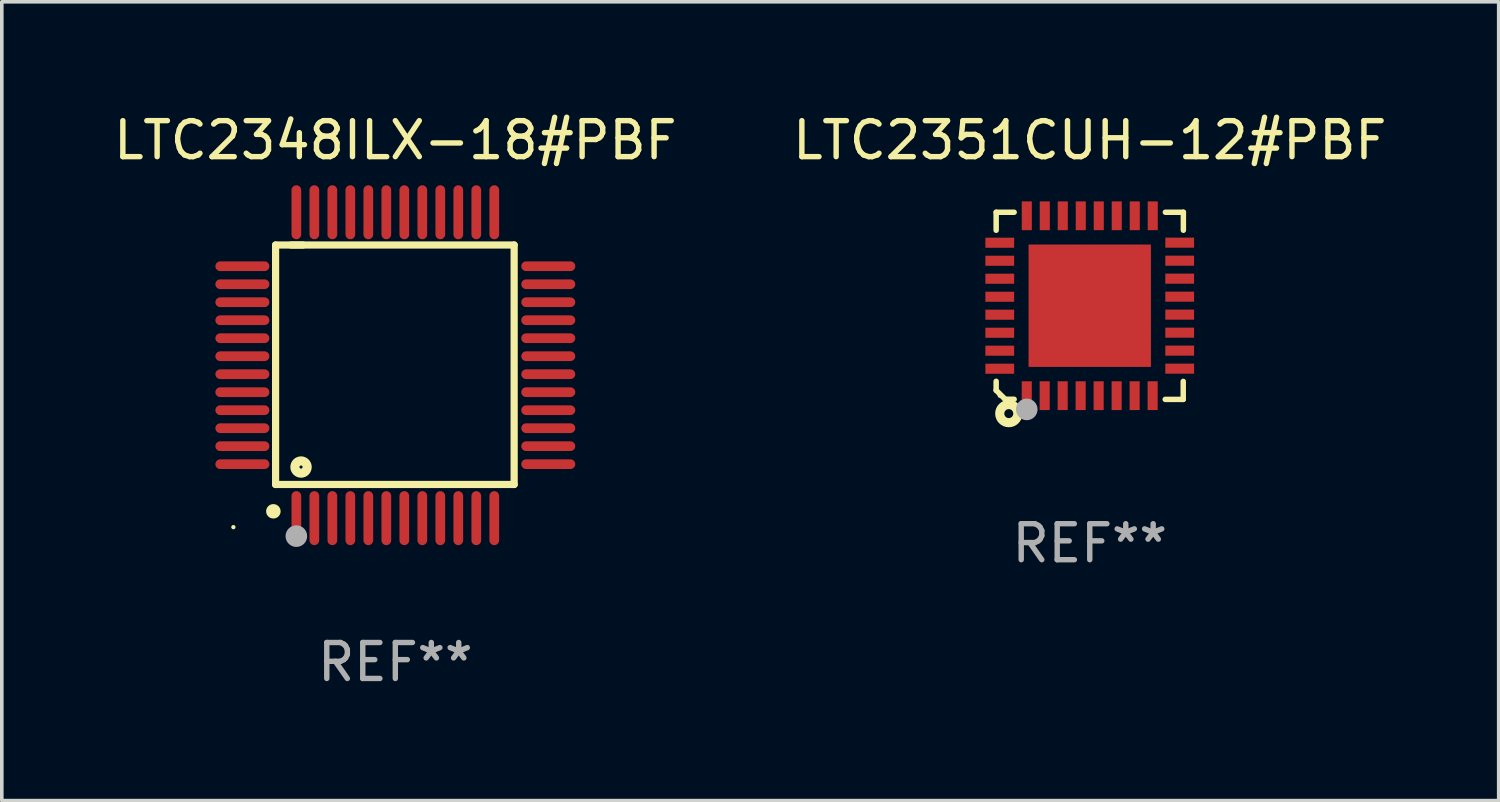
<source format=kicad_pcb>
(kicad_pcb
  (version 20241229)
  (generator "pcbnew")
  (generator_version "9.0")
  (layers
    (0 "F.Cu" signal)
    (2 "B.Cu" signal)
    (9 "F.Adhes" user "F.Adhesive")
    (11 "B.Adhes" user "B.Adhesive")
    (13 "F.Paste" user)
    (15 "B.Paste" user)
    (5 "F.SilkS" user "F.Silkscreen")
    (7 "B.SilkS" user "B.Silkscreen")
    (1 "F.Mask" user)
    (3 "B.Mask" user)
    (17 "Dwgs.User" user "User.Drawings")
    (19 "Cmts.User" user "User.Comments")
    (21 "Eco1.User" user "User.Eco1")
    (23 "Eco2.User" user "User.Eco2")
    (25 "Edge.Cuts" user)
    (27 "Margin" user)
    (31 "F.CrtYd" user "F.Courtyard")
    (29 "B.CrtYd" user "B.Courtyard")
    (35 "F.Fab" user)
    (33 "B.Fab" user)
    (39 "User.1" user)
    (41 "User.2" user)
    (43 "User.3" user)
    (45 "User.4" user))
  (footprint "LTC2351CUH-12#PBF"
    (layer "F.Cu")
    (at 27.232 5.448)
    (property "Reference" "LTC2351CUH-12#PBF" (at 0 -4.6 0) (layer "F.SilkS") (effects (font (size 1 1) (thickness 0.15))))
    (attr through_hole)
    (fp_line (start -2.601 2.097) (end -2.601 2.347) (stroke (width 0.152) (type solid)) (layer "F.SilkS"))
    (fp_line (start -2.601 2.347) (end -2.351 2.597) (stroke (width 0.152) (type solid)) (layer "F.SilkS"))
    (fp_line (start -2.601 -2.6) (end -2.601 -2.1) (stroke (width 0.152) (type solid)) (layer "F.SilkS"))
    (fp_line (start -2.601 -2.6) (end -2.101 -2.6) (stroke (width 0.152) (type solid)) (layer "F.SilkS"))
    (fp_line (start -2.351 2.597) (end -2.101 2.597) (stroke (width 0.152) (type solid)) (layer "F.SilkS"))
    (fp_line (start 2.597 2.6) (end 2.097 2.6) (stroke (width 0.152) (type solid)) (layer "F.SilkS"))
    (fp_line (start 2.597 2.6) (end 2.597 2.1) (stroke (width 0.152) (type solid)) (layer "F.SilkS"))
    (fp_line (start 2.601 -2.6) (end 2.101 -2.6) (stroke (width 0.152) (type solid)) (layer "F.SilkS"))
    (fp_line (start 2.601 -2.6) (end 2.601 -2.1) (stroke (width 0.152) (type solid)) (layer "F.SilkS"))
    (fp_circle (center -2.501 2.497) (end -2.471 2.497) (stroke (width 0.06) (type solid)) (fill no) (layer "F.SilkS"))
    (fp_circle (center -2.25 2.995) (end -2.125 2.995) (stroke (width 0.254) (type solid)) (fill no) (layer "F.SilkS"))
    (fp_circle (center -1.751 2.878) (end -1.601 2.878) (stroke (width 0.3) (type solid)) (fill no) (layer "F.Fab"))
    (fp_text user "REF**" (at 0 6.6 0) (layer "F.Fab") (effects (font (size 1 1) (thickness 0.15))))
    (pad "1" smd rect (at -1.751 2.497) (size 0.28 0.8) (layers "F.Cu" "F.Mask" "F.Paste"))
    (pad "2" smd rect (at -1.253 2.497) (size 0.28 0.8) (layers "F.Cu" "F.Mask" "F.Paste"))
    (pad "3" smd rect (at -0.753 2.497) (size 0.28 0.8) (layers "F.Cu" "F.Mask" "F.Paste"))
    (pad "4" smd rect (at -0.253 2.497) (size 0.28 0.8) (layers "F.Cu" "F.Mask" "F.Paste"))
    (pad "5" smd rect (at 0.247 2.497) (size 0.28 0.8) (layers "F.Cu" "F.Mask" "F.Paste"))
    (pad "6" smd rect (at 0.747 2.497) (size 0.28 0.8) (layers "F.Cu" "F.Mask" "F.Paste"))
    (pad "7" smd rect (at 1.247 2.497) (size 0.28 0.8) (layers "F.Cu" "F.Mask" "F.Paste"))
    (pad "8" smd rect (at 1.747 2.497) (size 0.28 0.8) (layers "F.Cu" "F.Mask" "F.Paste"))
    (pad "9" smd rect (at 2.499 1.746) (size 0.8 0.28) (layers "F.Cu" "F.Mask" "F.Paste"))
    (pad "10" smd rect (at 2.499 1.245) (size 0.8 0.28) (layers "F.Cu" "F.Mask" "F.Paste"))
    (pad "11" smd rect (at 2.499 0.746) (size 0.8 0.28) (layers "F.Cu" "F.Mask" "F.Paste"))
    (pad "12" smd rect (at 2.499 0.245) (size 0.8 0.28) (layers "F.Cu" "F.Mask" "F.Paste"))
    (pad "13" smd rect (at 2.499 -0.254) (size 0.8 0.28) (layers "F.Cu" "F.Mask" "F.Paste"))
    (pad "14" smd rect (at 2.499 -0.755) (size 0.8 0.28) (layers "F.Cu" "F.Mask" "F.Paste"))
    (pad "15" smd rect (at 2.499 -1.254) (size 0.8 0.28) (layers "F.Cu" "F.Mask" "F.Paste"))
    (pad "16" smd rect (at 2.499 -1.755) (size 0.8 0.28) (layers "F.Cu" "F.Mask" "F.Paste"))
    (pad "17" smd rect (at 1.75 -2.502) (size 0.28 0.8) (layers "F.Cu" "F.Mask" "F.Paste"))
    (pad "18" smd rect (at 1.25 -2.502) (size 0.28 0.8) (layers "F.Cu" "F.Mask" "F.Paste"))
    (pad "19" smd rect (at 0.75 -2.502) (size 0.28 0.8) (layers "F.Cu" "F.Mask" "F.Paste"))
    (pad "20" smd rect (at 0.25 -2.502) (size 0.28 0.8) (layers "F.Cu" "F.Mask" "F.Paste"))
    (pad "21" smd rect (at -0.25 -2.502) (size 0.28 0.8) (layers "F.Cu" "F.Mask" "F.Paste"))
    (pad "22" smd rect (at -0.75 -2.502) (size 0.28 0.8) (layers "F.Cu" "F.Mask" "F.Paste"))
    (pad "23" smd rect (at -1.25 -2.502) (size 0.28 0.8) (layers "F.Cu" "F.Mask" "F.Paste"))
    (pad "24" smd rect (at -1.75 -2.502) (size 0.28 0.8) (layers "F.Cu" "F.Mask" "F.Paste"))
    (pad "25" smd rect (at -2.501 -1.753) (size 0.8 0.28) (layers "F.Cu" "F.Mask" "F.Paste"))
    (pad "26" smd rect (at -2.501 -1.252) (size 0.8 0.28) (layers "F.Cu" "F.Mask" "F.Paste"))
    (pad "27" smd rect (at -2.501 -0.753) (size 0.8 0.28) (layers "F.Cu" "F.Mask" "F.Paste"))
    (pad "28" smd rect (at -2.501 -0.252) (size 0.8 0.28) (layers "F.Cu" "F.Mask" "F.Paste"))
    (pad "29" smd rect (at -2.501 0.247) (size 0.8 0.28) (layers "F.Cu" "F.Mask" "F.Paste"))
    (pad "30" smd rect (at -2.501 0.748) (size 0.8 0.28) (layers "F.Cu" "F.Mask" "F.Paste"))
    (pad "31" smd rect (at -2.501 1.247) (size 0.8 0.28) (layers "F.Cu" "F.Mask" "F.Paste"))
    (pad "32" smd rect (at -2.501 1.748) (size 0.8 0.28) (layers "F.Cu" "F.Mask" "F.Paste"))
    (pad "33" smd rect (at -0.001 -0.003 180) (size 3.4 3.4) (layers "F.Cu" "F.Mask" "F.Paste")))
  (footprint "LTC2348ILX-18#PBF"
    (layer "F.Cu")
    (at 7.935 7.098)
    (property "Reference" "LTC2348ILX-18#PBF" (at 0 -6.25 0) (layer "F.SilkS") (effects (font (size 1 1) (thickness 0.15))))
    (attr through_hole)
    (fp_line (start -3.327 -3.34) (end -2.565 -3.34) (stroke (width 0.2) (type solid)) (layer "F.SilkS"))
    (fp_line (start -3.327 3.315) (end -3.327 -3.34) (stroke (width 0.2) (type solid)) (layer "F.SilkS"))
    (fp_line (start -2.896 -3.34) (end 3.302 -3.34) (stroke (width 0.2) (type solid)) (layer "F.SilkS"))
    (fp_line (start 3.302 -3.34) (end 3.302 3.315) (stroke (width 0.2) (type solid)) (layer "F.SilkS"))
    (fp_line (start 3.302 3.315) (end -3.327 3.315) (stroke (width 0.2) (type solid)) (layer "F.SilkS"))
    (fp_arc (start -3.389992 4.059995) (mid -3.388722 4.059991) (end -3.387452 4.059995) (stroke (width 0.4) (type solid)) (layer "F.SilkS"))
    (fp_circle (center -4.5 4.5) (end -4.47 4.5) (stroke (width 0.06) (type solid)) (fill no) (layer "F.SilkS"))
    (fp_circle (center -2.62 2.83) (end -2.45 2.83) (stroke (width 0.254) (type solid)) (fill no) (layer "F.SilkS"))
    (fp_circle (center -2.75 4.75) (end -2.6 4.75) (stroke (width 0.3) (type solid)) (fill no) (layer "F.Fab"))
    (fp_text user "REF**" (at 0 8.25 0) (layer "F.Fab") (effects (font (size 1 1) (thickness 0.15))))
    (pad "1" smd oval (at -2.75 4.25) (size 0.27 1.5) (layers "F.Cu" "F.Mask" "F.Paste"))
    (pad "2" smd oval (at -2.25 4.25) (size 0.27 1.5) (layers "F.Cu" "F.Mask" "F.Paste"))
    (pad "3" smd oval (at -1.75 4.25) (size 0.27 1.5) (layers "F.Cu" "F.Mask" "F.Paste"))
    (pad "4" smd oval (at -1.25 4.25) (size 0.27 1.5) (layers "F.Cu" "F.Mask" "F.Paste"))
    (pad "5" smd oval (at -0.75 4.25) (size 0.27 1.5) (layers "F.Cu" "F.Mask" "F.Paste"))
    (pad "6" smd oval (at -0.25 4.25) (size 0.27 1.5) (layers "F.Cu" "F.Mask" "F.Paste"))
    (pad "7" smd oval (at 0.25 4.25) (size 0.27 1.5) (layers "F.Cu" "F.Mask" "F.Paste"))
    (pad "8" smd oval (at 0.75 4.25) (size 0.27 1.5) (layers "F.Cu" "F.Mask" "F.Paste"))
    (pad "9" smd oval (at 1.25 4.25) (size 0.27 1.5) (layers "F.Cu" "F.Mask" "F.Paste"))
    (pad "10" smd oval (at 1.75 4.25) (size 0.27 1.5) (layers "F.Cu" "F.Mask" "F.Paste"))
    (pad "11" smd oval (at 2.25 4.25) (size 0.27 1.5) (layers "F.Cu" "F.Mask" "F.Paste"))
    (pad "12" smd oval (at 2.75 4.25) (size 0.27 1.5) (layers "F.Cu" "F.Mask" "F.Paste"))
    (pad "13" smd oval (at 4.25 2.75) (size 1.5 0.27) (layers "F.Cu" "F.Mask" "F.Paste"))
    (pad "14" smd oval (at 4.25 2.25) (size 1.5 0.27) (layers "F.Cu" "F.Mask" "F.Paste"))
    (pad "15" smd oval (at 4.25 1.75) (size 1.5 0.27) (layers "F.Cu" "F.Mask" "F.Paste"))
    (pad "16" smd oval (at 4.25 1.25) (size 1.5 0.27) (layers "F.Cu" "F.Mask" "F.Paste"))
    (pad "17" smd oval (at 4.25 0.75) (size 1.5 0.27) (layers "F.Cu" "F.Mask" "F.Paste"))
    (pad "18" smd oval (at 4.25 0.25) (size 1.5 0.27) (layers "F.Cu" "F.Mask" "F.Paste"))
    (pad "19" smd oval (at 4.25 -0.25) (size 1.5 0.27) (layers "F.Cu" "F.Mask" "F.Paste"))
    (pad "20" smd oval (at 4.25 -0.75) (size 1.5 0.27) (layers "F.Cu" "F.Mask" "F.Paste"))
    (pad "21" smd oval (at 4.25 -1.25) (size 1.5 0.27) (layers "F.Cu" "F.Mask" "F.Paste"))
    (pad "22" smd oval (at 4.25 -1.75) (size 1.5 0.27) (layers "F.Cu" "F.Mask" "F.Paste"))
    (pad "23" smd oval (at 4.25 -2.25) (size 1.5 0.27) (layers "F.Cu" "F.Mask" "F.Paste"))
    (pad "24" smd oval (at 4.25 -2.75) (size 1.5 0.27) (layers "F.Cu" "F.Mask" "F.Paste"))
    (pad "25" smd oval (at 2.75 -4.25) (size 0.27 1.5) (layers "F.Cu" "F.Mask" "F.Paste"))
    (pad "26" smd oval (at 2.25 -4.25) (size 0.27 1.5) (layers "F.Cu" "F.Mask" "F.Paste"))
    (pad "27" smd oval (at 1.75 -4.25) (size 0.27 1.5) (layers "F.Cu" "F.Mask" "F.Paste"))
    (pad "28" smd oval (at 1.25 -4.25) (size 0.27 1.5) (layers "F.Cu" "F.Mask" "F.Paste"))
    (pad "29" smd oval (at 0.75 -4.25) (size 0.27 1.5) (layers "F.Cu" "F.Mask" "F.Paste"))
    (pad "30" smd oval (at 0.25 -4.25) (size 0.27 1.5) (layers "F.Cu" "F.Mask" "F.Paste"))
    (pad "31" smd oval (at -0.25 -4.25) (size 0.27 1.5) (layers "F.Cu" "F.Mask" "F.Paste"))
    (pad "32" smd oval (at -0.75 -4.25) (size 0.27 1.5) (layers "F.Cu" "F.Mask" "F.Paste"))
    (pad "33" smd oval (at -1.25 -4.25) (size 0.27 1.5) (layers "F.Cu" "F.Mask" "F.Paste"))
    (pad "34" smd oval (at -1.75 -4.25) (size 0.27 1.5) (layers "F.Cu" "F.Mask" "F.Paste"))
    (pad "35" smd oval (at -2.25 -4.25) (size 0.27 1.5) (layers "F.Cu" "F.Mask" "F.Paste"))
    (pad "36" smd oval (at -2.75 -4.25) (size 0.27 1.5) (layers "F.Cu" "F.Mask" "F.Paste"))
    (pad "37" smd oval (at -4.25 -2.75) (size 1.5 0.27) (layers "F.Cu" "F.Mask" "F.Paste"))
    (pad "38" smd oval (at -4.25 -2.25) (size 1.5 0.27) (layers "F.Cu" "F.Mask" "F.Paste"))
    (pad "39" smd oval (at -4.25 -1.75) (size 1.5 0.27) (layers "F.Cu" "F.Mask" "F.Paste"))
    (pad "40" smd oval (at -4.25 -1.25) (size 1.5 0.27) (layers "F.Cu" "F.Mask" "F.Paste"))
    (pad "41" smd oval (at -4.25 -0.75) (size 1.5 0.27) (layers "F.Cu" "F.Mask" "F.Paste"))
    (pad "42" smd oval (at -4.25 -0.25) (size 1.5 0.27) (layers "F.Cu" "F.Mask" "F.Paste"))
    (pad "43" smd oval (at -4.25 0.25) (size 1.5 0.27) (layers "F.Cu" "F.Mask" "F.Paste"))
    (pad "44" smd oval (at -4.25 0.75) (size 1.5 0.27) (layers "F.Cu" "F.Mask" "F.Paste"))
    (pad "45" smd oval (at -4.25 1.25) (size 1.5 0.27) (layers "F.Cu" "F.Mask" "F.Paste"))
    (pad "46" smd oval (at -4.25 1.75) (size 1.5 0.27) (layers "F.Cu" "F.Mask" "F.Paste"))
    (pad "47" smd oval (at -4.25 2.25) (size 1.5 0.27) (layers "F.Cu" "F.Mask" "F.Paste"))
    (pad "48" smd oval (at -4.25 2.75) (size 1.5 0.27) (layers "F.Cu" "F.Mask" "F.Paste")))
  (gr_rect
    (start -3 -3)
    (end 38.595 19.196)
    (stroke (width 0.1) (type default))
    (fill no)
    (layer "Edge.Cuts")))
</source>
